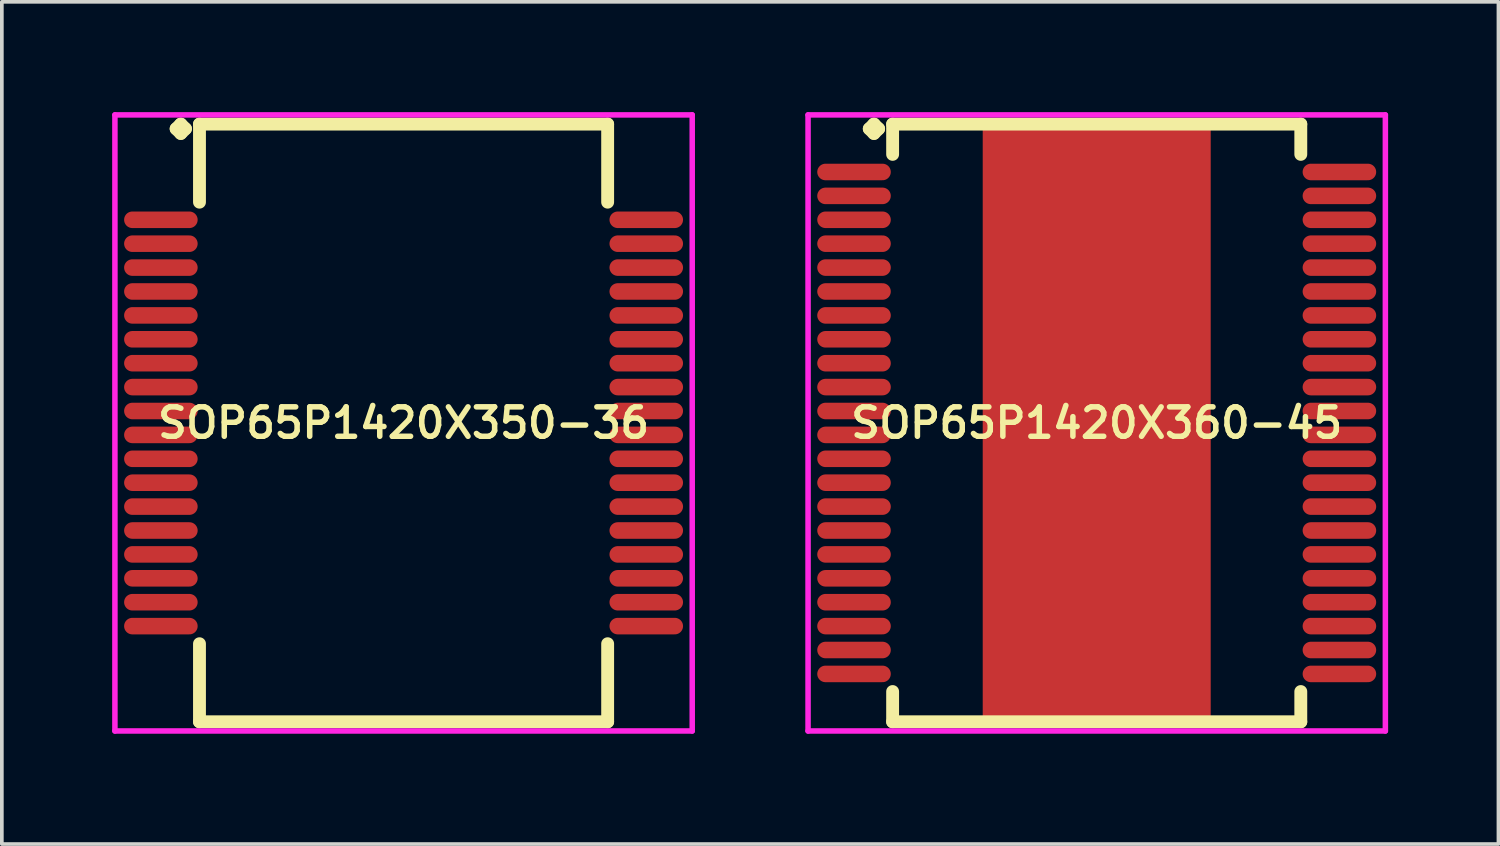
<source format=kicad_pcb>
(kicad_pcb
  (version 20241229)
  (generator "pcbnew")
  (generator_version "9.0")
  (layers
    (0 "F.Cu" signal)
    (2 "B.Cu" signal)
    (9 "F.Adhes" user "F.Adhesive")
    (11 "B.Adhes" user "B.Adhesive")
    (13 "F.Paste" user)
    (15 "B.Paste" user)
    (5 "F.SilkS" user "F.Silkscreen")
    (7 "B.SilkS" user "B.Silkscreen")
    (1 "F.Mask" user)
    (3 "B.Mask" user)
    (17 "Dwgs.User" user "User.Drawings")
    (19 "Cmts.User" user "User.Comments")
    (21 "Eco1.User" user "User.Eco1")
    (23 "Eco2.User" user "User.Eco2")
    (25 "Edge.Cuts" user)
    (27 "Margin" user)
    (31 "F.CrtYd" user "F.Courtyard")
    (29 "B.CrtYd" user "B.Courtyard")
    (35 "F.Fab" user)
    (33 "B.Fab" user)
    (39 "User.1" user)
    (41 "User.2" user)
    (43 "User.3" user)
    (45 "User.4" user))
  (footprint "SOP65P1420X360-45"
    (layer "F.Cu")
    (at 26.775 8.452)
    (property "Reference" "SOP65P1420X360-45" (at 0 0 0) (layer "F.SilkS") (effects (font (size 0.8 0.8) (thickness 0.15))))
    (attr through_hole)
    (fp_line (start -6.185 -8) (end -6.058 -8.127) (stroke (width 0.35) (type solid)) (layer "F.SilkS"))
    (fp_line (start -6.058 -8.127) (end -5.931 -8) (stroke (width 0.35) (type solid)) (layer "F.SilkS"))
    (fp_line (start -6.058 -7.873) (end -6.185 -8) (stroke (width 0.35) (type solid)) (layer "F.SilkS"))
    (fp_line (start -5.931 -8) (end -6.058 -7.873) (stroke (width 0.35) (type solid)) (layer "F.SilkS"))
    (fp_line (start -5.55 -8.127) (end 5.55 -8.127) (stroke (width 0.35) (type solid)) (layer "F.SilkS"))
    (fp_line (start -5.55 -7.304) (end -5.55 -8.127) (stroke (width 0.35) (type solid)) (layer "F.SilkS"))
    (fp_line (start -5.55 7.304) (end -5.55 8.127) (stroke (width 0.35) (type solid)) (layer "F.SilkS"))
    (fp_line (start -5.55 8.127) (end 5.55 8.127) (stroke (width 0.35) (type solid)) (layer "F.SilkS"))
    (fp_line (start 5.55 -8.127) (end 5.55 -7.304) (stroke (width 0.35) (type solid)) (layer "F.SilkS"))
    (fp_line (start 5.55 8.127) (end 5.55 7.304) (stroke (width 0.35) (type solid)) (layer "F.SilkS"))
    (fp_line (start -7.85 -8.377) (end 7.85 -8.377) (stroke (width 0.15) (type solid)) (layer "F.CrtYd"))
    (fp_line (start -7.85 8.377) (end -7.85 -8.377) (stroke (width 0.15) (type solid)) (layer "F.CrtYd"))
    (fp_line (start 7.85 -8.377) (end 7.85 8.377) (stroke (width 0.15) (type solid)) (layer "F.CrtYd"))
    (fp_line (start 7.85 8.377) (end -7.85 8.377) (stroke (width 0.15) (type solid)) (layer "F.CrtYd"))
    (pad "1" smd oval (at -6.6 -6.825) (size 2 0.45) (layers "F.Cu" "F.Mask" "F.Paste"))
    (pad "2" smd oval (at -6.6 -6.175) (size 2 0.45) (layers "F.Cu" "F.Mask" "F.Paste"))
    (pad "3" smd oval (at -6.6 -5.525) (size 2 0.45) (layers "F.Cu" "F.Mask" "F.Paste"))
    (pad "4" smd oval (at -6.6 -4.875) (size 2 0.45) (layers "F.Cu" "F.Mask" "F.Paste"))
    (pad "5" smd oval (at -6.6 -4.225) (size 2 0.45) (layers "F.Cu" "F.Mask" "F.Paste"))
    (pad "6" smd oval (at -6.6 -3.575) (size 2 0.45) (layers "F.Cu" "F.Mask" "F.Paste"))
    (pad "7" smd oval (at -6.6 -2.925) (size 2 0.45) (layers "F.Cu" "F.Mask" "F.Paste"))
    (pad "8" smd oval (at -6.6 -2.275) (size 2 0.45) (layers "F.Cu" "F.Mask" "F.Paste"))
    (pad "9" smd oval (at -6.6 -1.625) (size 2 0.45) (layers "F.Cu" "F.Mask" "F.Paste"))
    (pad "10" smd oval (at -6.6 -0.975) (size 2 0.45) (layers "F.Cu" "F.Mask" "F.Paste"))
    (pad "11" smd oval (at -6.6 -0.325) (size 2 0.45) (layers "F.Cu" "F.Mask" "F.Paste"))
    (pad "12" smd oval (at -6.6 0.325) (size 2 0.45) (layers "F.Cu" "F.Mask" "F.Paste"))
    (pad "13" smd oval (at -6.6 0.975) (size 2 0.45) (layers "F.Cu" "F.Mask" "F.Paste"))
    (pad "14" smd oval (at -6.6 1.625) (size 2 0.45) (layers "F.Cu" "F.Mask" "F.Paste"))
    (pad "15" smd oval (at -6.6 2.275) (size 2 0.45) (layers "F.Cu" "F.Mask" "F.Paste"))
    (pad "16" smd oval (at -6.6 2.925) (size 2 0.45) (layers "F.Cu" "F.Mask" "F.Paste"))
    (pad "17" smd oval (at -6.6 3.575) (size 2 0.45) (layers "F.Cu" "F.Mask" "F.Paste"))
    (pad "18" smd oval (at -6.6 4.225) (size 2 0.45) (layers "F.Cu" "F.Mask" "F.Paste"))
    (pad "19" smd oval (at -6.6 4.875) (size 2 0.45) (layers "F.Cu" "F.Mask" "F.Paste"))
    (pad "20" smd oval (at -6.6 5.525) (size 2 0.45) (layers "F.Cu" "F.Mask" "F.Paste"))
    (pad "21" smd oval (at -6.6 6.175) (size 2 0.45) (layers "F.Cu" "F.Mask" "F.Paste"))
    (pad "22" smd oval (at -6.6 6.825) (size 2 0.45) (layers "F.Cu" "F.Mask" "F.Paste"))
    (pad "23" smd oval (at 6.6 6.825) (size 2 0.45) (layers "F.Cu" "F.Mask" "F.Paste"))
    (pad "24" smd oval (at 6.6 6.175) (size 2 0.45) (layers "F.Cu" "F.Mask" "F.Paste"))
    (pad "25" smd oval (at 6.6 5.525) (size 2 0.45) (layers "F.Cu" "F.Mask" "F.Paste"))
    (pad "26" smd oval (at 6.6 4.875) (size 2 0.45) (layers "F.Cu" "F.Mask" "F.Paste"))
    (pad "27" smd oval (at 6.6 4.225) (size 2 0.45) (layers "F.Cu" "F.Mask" "F.Paste"))
    (pad "28" smd oval (at 6.6 3.575) (size 2 0.45) (layers "F.Cu" "F.Mask" "F.Paste"))
    (pad "29" smd oval (at 6.6 2.925) (size 2 0.45) (layers "F.Cu" "F.Mask" "F.Paste"))
    (pad "30" smd oval (at 6.6 2.275) (size 2 0.45) (layers "F.Cu" "F.Mask" "F.Paste"))
    (pad "31" smd oval (at 6.6 1.625) (size 2 0.45) (layers "F.Cu" "F.Mask" "F.Paste"))
    (pad "32" smd oval (at 6.6 0.975) (size 2 0.45) (layers "F.Cu" "F.Mask" "F.Paste"))
    (pad "33" smd oval (at 6.6 0.325) (size 2 0.45) (layers "F.Cu" "F.Mask" "F.Paste"))
    (pad "34" smd oval (at 6.6 -0.325) (size 2 0.45) (layers "F.Cu" "F.Mask" "F.Paste"))
    (pad "35" smd oval (at 6.6 -0.975) (size 2 0.45) (layers "F.Cu" "F.Mask" "F.Paste"))
    (pad "36" smd oval (at 6.6 -1.625) (size 2 0.45) (layers "F.Cu" "F.Mask" "F.Paste"))
    (pad "37" smd oval (at 6.6 -2.275) (size 2 0.45) (layers "F.Cu" "F.Mask" "F.Paste"))
    (pad "38" smd oval (at 6.6 -2.925) (size 2 0.45) (layers "F.Cu" "F.Mask" "F.Paste"))
    (pad "39" smd oval (at 6.6 -3.575) (size 2 0.45) (layers "F.Cu" "F.Mask" "F.Paste"))
    (pad "40" smd oval (at 6.6 -4.225) (size 2 0.45) (layers "F.Cu" "F.Mask" "F.Paste"))
    (pad "41" smd oval (at 6.6 -4.875) (size 2 0.45) (layers "F.Cu" "F.Mask" "F.Paste"))
    (pad "42" smd oval (at 6.6 -5.525) (size 2 0.45) (layers "F.Cu" "F.Mask" "F.Paste"))
    (pad "43" smd oval (at 6.6 -6.175) (size 2 0.45) (layers "F.Cu" "F.Mask" "F.Paste"))
    (pad "44" smd oval (at 6.6 -6.825) (size 2 0.45) (layers "F.Cu" "F.Mask" "F.Paste"))
    (pad "45" smd rect (at 0 0) (size 6.2 16) (layers "F.Cu" "F.Mask" "F.Paste")))
  (footprint "SOP65P1420X350-36"
    (layer "F.Cu")
    (at 7.925 8.452)
    (property "Reference" "SOP65P1420X350-36" (at 0 0 0) (layer "F.SilkS") (effects (font (size 0.8 0.8) (thickness 0.15))))
    (attr through_hole)
    (fp_line (start -6.185 -8) (end -6.058 -8.127) (stroke (width 0.35) (type solid)) (layer "F.SilkS"))
    (fp_line (start -6.058 -8.127) (end -5.931 -8) (stroke (width 0.35) (type solid)) (layer "F.SilkS"))
    (fp_line (start -6.058 -7.873) (end -6.185 -8) (stroke (width 0.35) (type solid)) (layer "F.SilkS"))
    (fp_line (start -5.931 -8) (end -6.058 -7.873) (stroke (width 0.35) (type solid)) (layer "F.SilkS"))
    (fp_line (start -5.55 -8.127) (end 5.55 -8.127) (stroke (width 0.35) (type solid)) (layer "F.SilkS"))
    (fp_line (start -5.55 -6.004) (end -5.55 -8.127) (stroke (width 0.35) (type solid)) (layer "F.SilkS"))
    (fp_line (start -5.55 6.004) (end -5.55 8.127) (stroke (width 0.35) (type solid)) (layer "F.SilkS"))
    (fp_line (start -5.55 8.127) (end 5.55 8.127) (stroke (width 0.35) (type solid)) (layer "F.SilkS"))
    (fp_line (start 5.55 -8.127) (end 5.55 -6.004) (stroke (width 0.35) (type solid)) (layer "F.SilkS"))
    (fp_line (start 5.55 8.127) (end 5.55 6.004) (stroke (width 0.35) (type solid)) (layer "F.SilkS"))
    (fp_line (start -7.85 -8.377) (end 7.85 -8.377) (stroke (width 0.15) (type solid)) (layer "F.CrtYd"))
    (fp_line (start -7.85 8.377) (end -7.85 -8.377) (stroke (width 0.15) (type solid)) (layer "F.CrtYd"))
    (fp_line (start 7.85 -8.377) (end 7.85 8.377) (stroke (width 0.15) (type solid)) (layer "F.CrtYd"))
    (fp_line (start 7.85 8.377) (end -7.85 8.377) (stroke (width 0.15) (type solid)) (layer "F.CrtYd"))
    (pad "1" smd oval (at -6.6 -5.525) (size 2 0.45) (layers "F.Cu" "F.Mask" "F.Paste"))
    (pad "2" smd oval (at -6.6 -4.875) (size 2 0.45) (layers "F.Cu" "F.Mask" "F.Paste"))
    (pad "3" smd oval (at -6.6 -4.225) (size 2 0.45) (layers "F.Cu" "F.Mask" "F.Paste"))
    (pad "4" smd oval (at -6.6 -3.575) (size 2 0.45) (layers "F.Cu" "F.Mask" "F.Paste"))
    (pad "5" smd oval (at -6.6 -2.925) (size 2 0.45) (layers "F.Cu" "F.Mask" "F.Paste"))
    (pad "6" smd oval (at -6.6 -2.275) (size 2 0.45) (layers "F.Cu" "F.Mask" "F.Paste"))
    (pad "7" smd oval (at -6.6 -1.625) (size 2 0.45) (layers "F.Cu" "F.Mask" "F.Paste"))
    (pad "8" smd oval (at -6.6 -0.975) (size 2 0.45) (layers "F.Cu" "F.Mask" "F.Paste"))
    (pad "9" smd oval (at -6.6 -0.325) (size 2 0.45) (layers "F.Cu" "F.Mask" "F.Paste"))
    (pad "10" smd oval (at -6.6 0.325) (size 2 0.45) (layers "F.Cu" "F.Mask" "F.Paste"))
    (pad "11" smd oval (at -6.6 0.975) (size 2 0.45) (layers "F.Cu" "F.Mask" "F.Paste"))
    (pad "12" smd oval (at -6.6 1.625) (size 2 0.45) (layers "F.Cu" "F.Mask" "F.Paste"))
    (pad "13" smd oval (at -6.6 2.275) (size 2 0.45) (layers "F.Cu" "F.Mask" "F.Paste"))
    (pad "14" smd oval (at -6.6 2.925) (size 2 0.45) (layers "F.Cu" "F.Mask" "F.Paste"))
    (pad "15" smd oval (at -6.6 3.575) (size 2 0.45) (layers "F.Cu" "F.Mask" "F.Paste"))
    (pad "16" smd oval (at -6.6 4.225) (size 2 0.45) (layers "F.Cu" "F.Mask" "F.Paste"))
    (pad "17" smd oval (at -6.6 4.875) (size 2 0.45) (layers "F.Cu" "F.Mask" "F.Paste"))
    (pad "18" smd oval (at -6.6 5.525) (size 2 0.45) (layers "F.Cu" "F.Mask" "F.Paste"))
    (pad "19" smd oval (at 6.6 5.525) (size 2 0.45) (layers "F.Cu" "F.Mask" "F.Paste"))
    (pad "20" smd oval (at 6.6 4.875) (size 2 0.45) (layers "F.Cu" "F.Mask" "F.Paste"))
    (pad "21" smd oval (at 6.6 4.225) (size 2 0.45) (layers "F.Cu" "F.Mask" "F.Paste"))
    (pad "22" smd oval (at 6.6 3.575) (size 2 0.45) (layers "F.Cu" "F.Mask" "F.Paste"))
    (pad "23" smd oval (at 6.6 2.925) (size 2 0.45) (layers "F.Cu" "F.Mask" "F.Paste"))
    (pad "24" smd oval (at 6.6 2.275) (size 2 0.45) (layers "F.Cu" "F.Mask" "F.Paste"))
    (pad "25" smd oval (at 6.6 1.625) (size 2 0.45) (layers "F.Cu" "F.Mask" "F.Paste"))
    (pad "26" smd oval (at 6.6 0.975) (size 2 0.45) (layers "F.Cu" "F.Mask" "F.Paste"))
    (pad "27" smd oval (at 6.6 0.325) (size 2 0.45) (layers "F.Cu" "F.Mask" "F.Paste"))
    (pad "28" smd oval (at 6.6 -0.325) (size 2 0.45) (layers "F.Cu" "F.Mask" "F.Paste"))
    (pad "29" smd oval (at 6.6 -0.975) (size 2 0.45) (layers "F.Cu" "F.Mask" "F.Paste"))
    (pad "30" smd oval (at 6.6 -1.625) (size 2 0.45) (layers "F.Cu" "F.Mask" "F.Paste"))
    (pad "31" smd oval (at 6.6 -2.275) (size 2 0.45) (layers "F.Cu" "F.Mask" "F.Paste"))
    (pad "32" smd oval (at 6.6 -2.925) (size 2 0.45) (layers "F.Cu" "F.Mask" "F.Paste"))
    (pad "33" smd oval (at 6.6 -3.575) (size 2 0.45) (layers "F.Cu" "F.Mask" "F.Paste"))
    (pad "34" smd oval (at 6.6 -4.225) (size 2 0.45) (layers "F.Cu" "F.Mask" "F.Paste"))
    (pad "35" smd oval (at 6.6 -4.875) (size 2 0.45) (layers "F.Cu" "F.Mask" "F.Paste"))
    (pad "36" smd oval (at 6.6 -5.525) (size 2 0.45) (layers "F.Cu" "F.Mask" "F.Paste")))
  (gr_rect
    (start -3 -3)
    (end 37.7 19.904)
    (stroke (width 0.1) (type default))
    (fill no)
    (layer "Edge.Cuts")))
</source>
